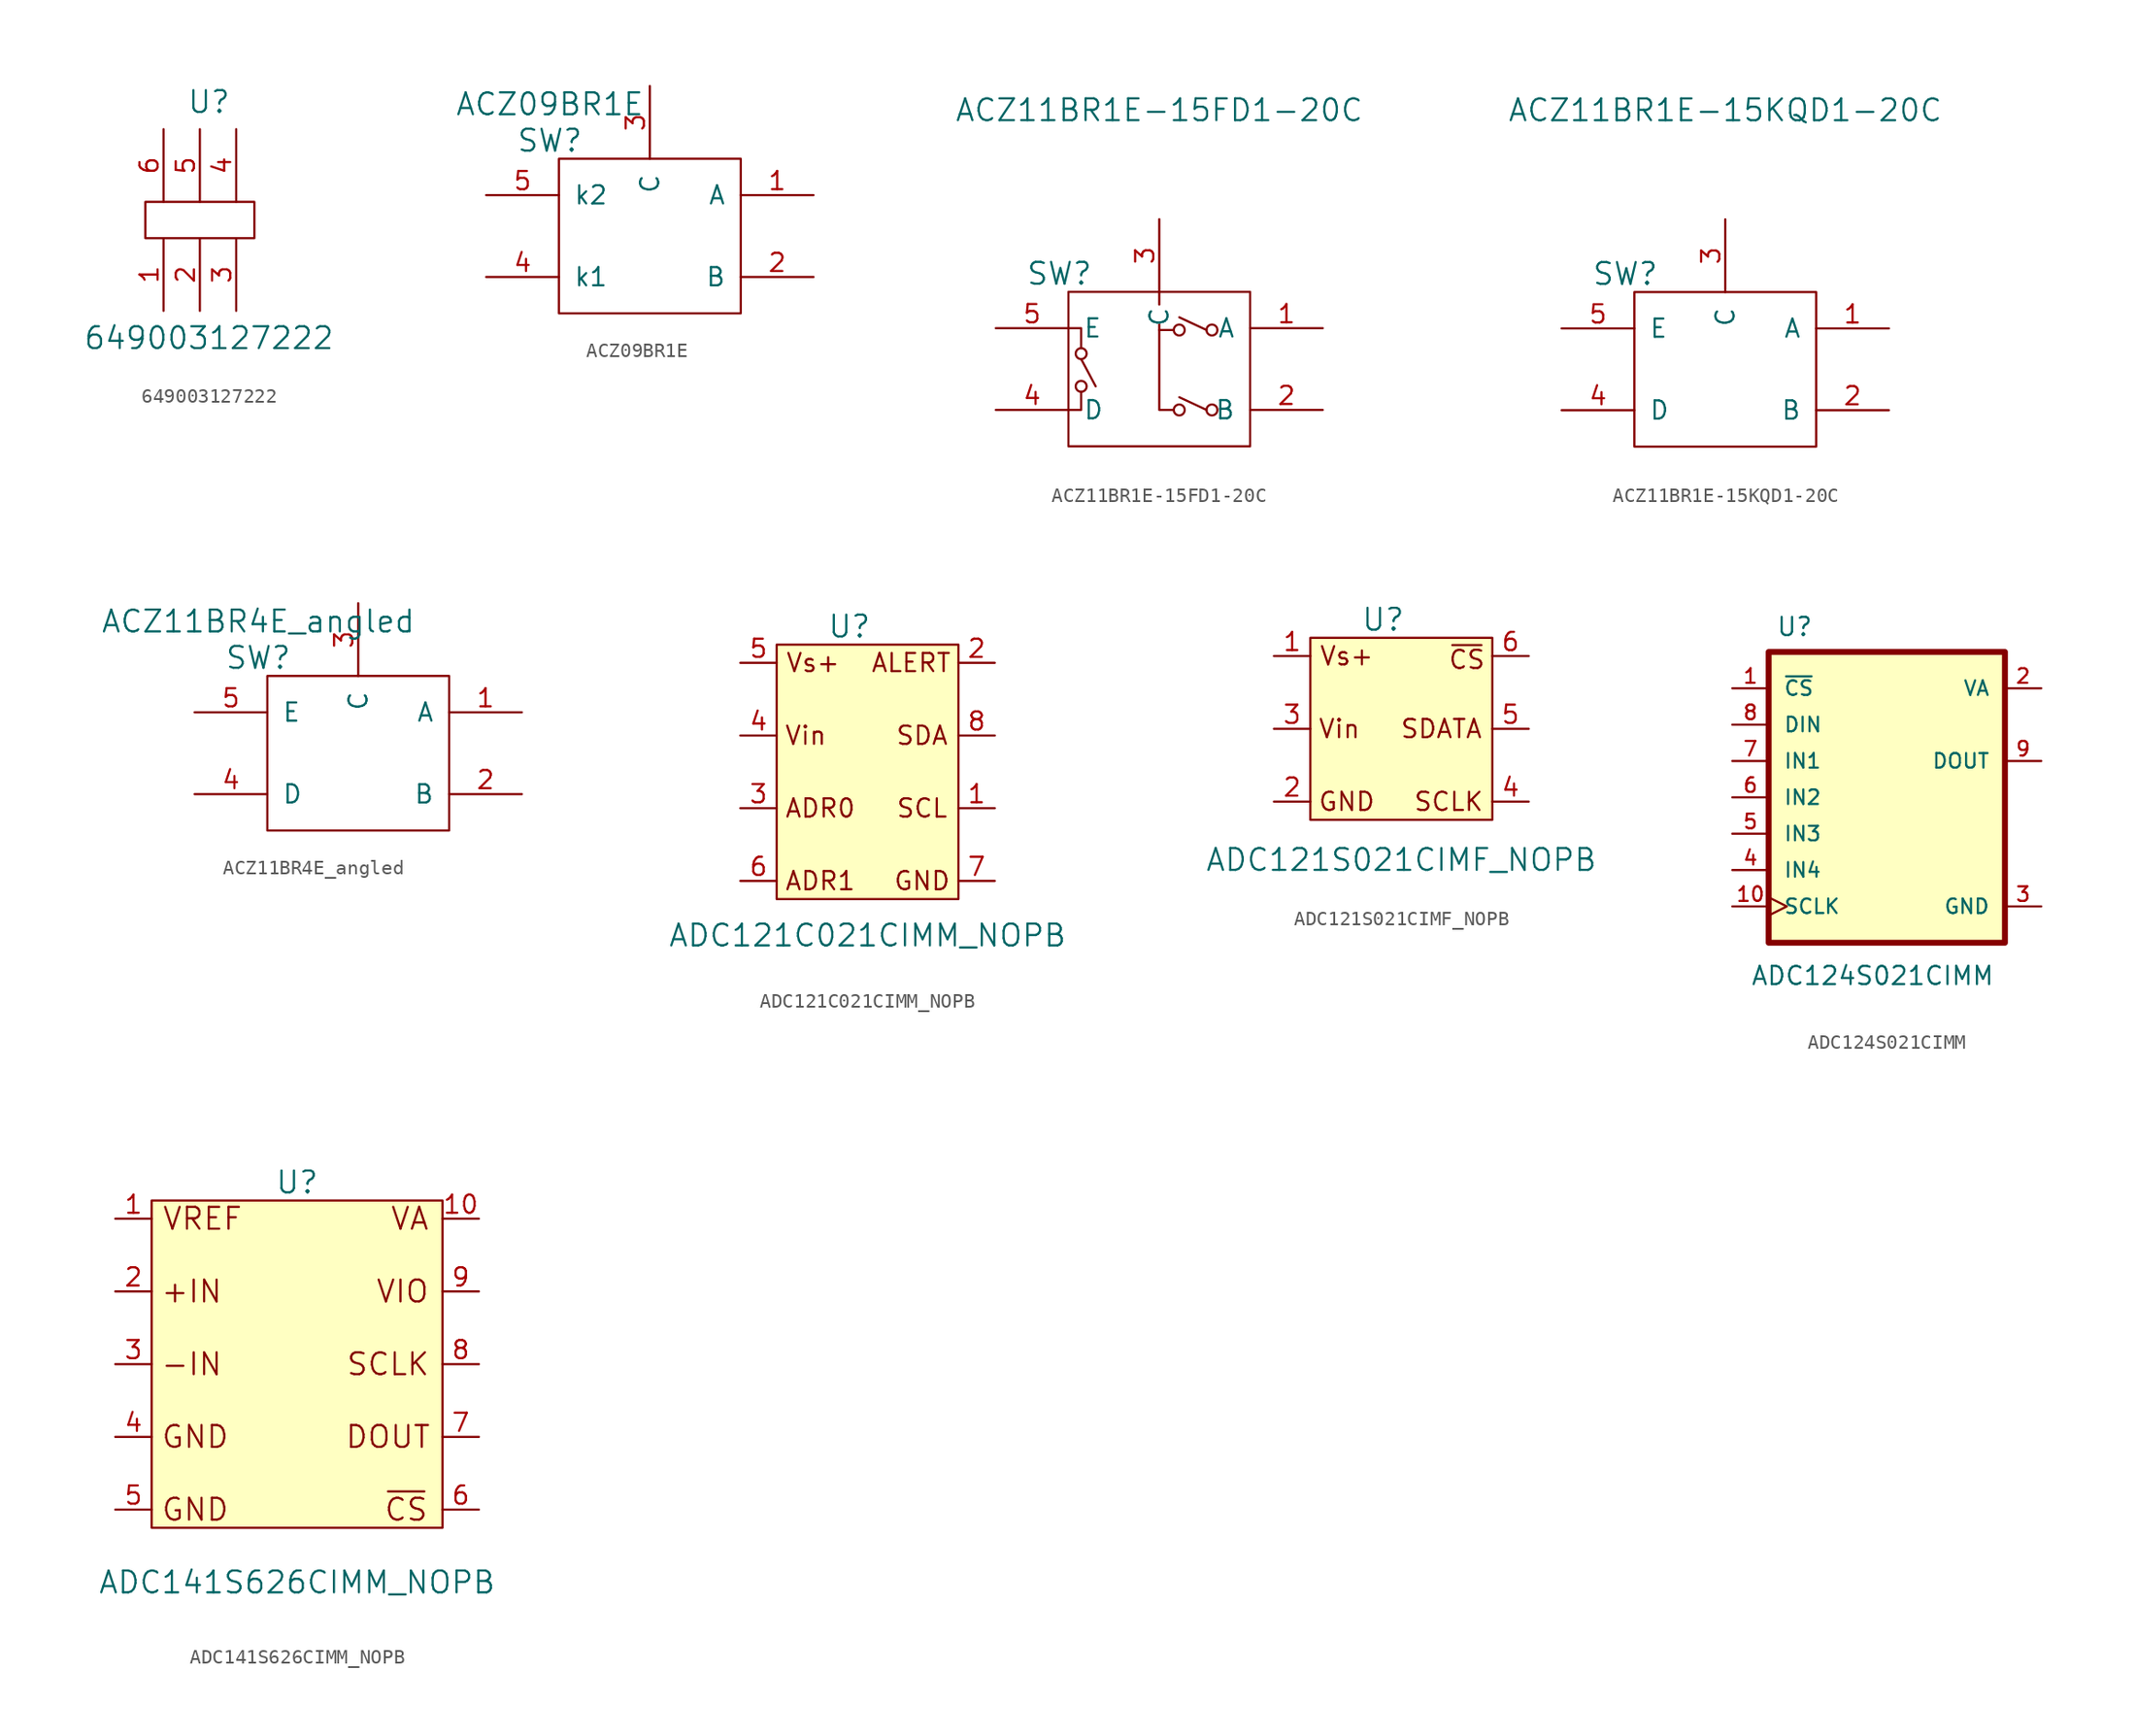
<source format=kicad_sym>
(kicad_symbol_lib
  (version 20231120)
  (generator "kicad_symbol_editor")
  (generator_version "8.0")
  (symbol "649003127222"
    (pin_names
      (offset 1.016))
    (property "Reference" "U"
      (at 0.635 8.255 0)
      (effects (font (size 1.524 1.524))))
    (property "Value" "649003127222"
      (at 0.635 -8.255 0)
      (effects (font (size 1.524 1.524))))
    (symbol "649003127222_0_1"
      (polyline (pts (xy 0 -1.27) (xy -3.81 -1.27) (xy -3.81 1.27) (xy 3.81 1.27) (xy 3.81 -1.27) (xy 0 -1.27)) (stroke (width 0) (type default)) (fill (type none))))
    (symbol "649003127222_1_1"
      (pin input line (at -2.54 -6.35 90) (length 5.08) (name "~" (effects (font (size 1.27 1.27)))) (number "1" (effects (font (size 1.27 1.27)))))
      (pin input line (at 0 -6.35 90) (length 5.08) (name "~" (effects (font (size 1.27 1.27)))) (number "2" (effects (font (size 1.27 1.27)))))
      (pin input line (at 2.54 -6.35 90) (length 5.08) (name "~" (effects (font (size 1.27 1.27)))) (number "3" (effects (font (size 1.27 1.27)))))
      (pin input line (at 2.54 6.35 270) (length 5.08) (name "~" (effects (font (size 1.27 1.27)))) (number "4" (effects (font (size 1.27 1.27)))))
      (pin input line (at 0 6.35 270) (length 5.08) (name "~" (effects (font (size 1.27 1.27)))) (number "5" (effects (font (size 1.27 1.27)))))
      (pin input line (at -2.54 6.35 270) (length 5.08) (name "~" (effects (font (size 1.27 1.27)))) (number "6" (effects (font (size 1.27 1.27)))))))
  (symbol "ACZ09BR1E"
    (pin_names
      (offset 1.016))
    (property "Reference" "SW"
      (at -6.985 0 0)
      (effects (font (size 1.524 1.524))))
    (property "Value" "ACZ09BR1E"
      (at -6.985 2.54 0)
      (effects (font (size 1.524 1.524))))
    (symbol "ACZ09BR1E_0_1"
      (polyline (pts (xy -6.35 -1.27) (xy 6.35 -1.27) (xy 6.35 -12.065) (xy -6.35 -12.065) (xy -6.35 -1.27)) (stroke (width 0) (type default)) (fill (type none))))
    (symbol "ACZ09BR1E_1_1"
      (pin input line (at 11.43 -3.81 180) (length 5.08) (name "A" (effects (font (size 1.27 1.27)))) (number "1" (effects (font (size 1.27 1.27)))))
      (pin input line (at 11.43 -9.525 180) (length 5.08) (name "B" (effects (font (size 1.27 1.27)))) (number "2" (effects (font (size 1.27 1.27)))))
      (pin input line (at 0 3.81 270) (length 5.08) (name "C" (effects (font (size 1.27 1.27)))) (number "3" (effects (font (size 1.27 1.27)))))
      (pin input line (at -11.43 -9.525 0) (length 5.08) (name "k1" (effects (font (size 1.27 1.27)))) (number "4" (effects (font (size 1.27 1.27)))))
      (pin input line (at -11.43 -3.81 0) (length 5.08) (name "k2" (effects (font (size 1.27 1.27)))) (number "5" (effects (font (size 1.27 1.27)))))))
  (symbol "ACZ11BR1E-15FD1-20C"
    (pin_names
      (offset 1.016))
    (property "Reference" "SW"
      (at -6.985 0 0)
      (effects (font (size 1.524 1.524))))
    (property "Value" "ACZ11BR1E-15FD1-20C"
      (at 0 11.43 0)
      (effects (font (size 1.524 1.524))))
    (symbol "ACZ11BR1E-15FD1-20C_0_1"
      (circle (center -5.461 -7.874) (radius 0.381) (stroke (width 0) (type default)) (fill (type none)))
      (circle (center -5.461 -5.588) (radius 0.381) (stroke (width 0) (type default)) (fill (type none)))
      (polyline (pts (xy -4.445 -7.874) (xy -5.461 -5.969)) (stroke (width 0) (type default)) (fill (type none)))
      (polyline (pts (xy 0 -3.937) (xy 0 -3.556)) (stroke (width 0) (type default)) (fill (type none)))
      (polyline (pts (xy 0 -1.27) (xy 0 -2.159)) (stroke (width 0) (type default)) (fill (type none)))
      (polyline (pts (xy 3.302 -9.525) (xy 1.397 -8.636)) (stroke (width 0) (type default)) (fill (type none)))
      (polyline (pts (xy 3.302 -3.937) (xy 1.397 -3.048)) (stroke (width 0) (type default)) (fill (type none)))
      (polyline (pts (xy -6.35 -9.525) (xy -5.461 -9.525) (xy -5.461 -8.255)) (stroke (width 0) (type default)) (fill (type none)))
      (polyline (pts (xy -6.35 -3.81) (xy -5.461 -3.81) (xy -5.461 -5.207)) (stroke (width 0) (type default)) (fill (type none)))
      (polyline (pts (xy 1.016 -3.937) (xy 0 -3.937) (xy 0 -9.525) (xy 1.016 -9.525)) (stroke (width 0) (type default)) (fill (type none)))
      (polyline (pts (xy -6.35 -1.27) (xy 6.35 -1.27) (xy 6.35 -12.065) (xy -6.35 -12.065) (xy -6.35 -1.27)) (stroke (width 0) (type default)) (fill (type none)))
      (circle (center 1.397 -9.525) (radius 0.381) (stroke (width 0) (type default)) (fill (type none)))
      (circle (center 1.397 -3.937) (radius 0.381) (stroke (width 0) (type default)) (fill (type none)))
      (circle (center 3.683 -9.525) (radius 0.381) (stroke (width 0) (type default)) (fill (type none)))
      (circle (center 3.683 -3.937) (radius 0.381) (stroke (width 0) (type default)) (fill (type none))))
    (symbol "ACZ11BR1E-15FD1-20C_1_1"
      (pin input line (at 11.43 -3.81 180) (length 5.08) (name "A" (effects (font (size 1.27 1.27)))) (number "1" (effects (font (size 1.27 1.27)))))
      (pin input line (at 11.43 -9.525 180) (length 5.08) (name "B" (effects (font (size 1.27 1.27)))) (number "2" (effects (font (size 1.27 1.27)))))
      (pin input line (at 0 3.81 270) (length 5.08) (name "C" (effects (font (size 1.27 1.27)))) (number "3" (effects (font (size 1.27 1.27)))))
      (pin input line (at -11.43 -9.525 0) (length 5.08) (name "D" (effects (font (size 1.27 1.27)))) (number "4" (effects (font (size 1.27 1.27)))))
      (pin input line (at -11.43 -3.81 0) (length 5.08) (name "E" (effects (font (size 1.27 1.27)))) (number "5" (effects (font (size 1.27 1.27)))))))
  (symbol "ACZ11BR1E-15KQD1-20C"
    (pin_names
      (offset 1.016))
    (property "Reference" "SW"
      (at -6.985 0 0)
      (effects (font (size 1.524 1.524))))
    (property "Value" "ACZ11BR1E-15KQD1-20C"
      (at 0 11.43 0)
      (effects (font (size 1.524 1.524))))
    (symbol "ACZ11BR1E-15KQD1-20C_0_1"
      (polyline (pts (xy -6.35 -1.27) (xy 6.35 -1.27) (xy 6.35 -12.065) (xy -6.35 -12.065) (xy -6.35 -1.27)) (stroke (width 0) (type default)) (fill (type none))))
    (symbol "ACZ11BR1E-15KQD1-20C_1_1"
      (pin input line (at 11.43 -3.81 180) (length 5.08) (name "A" (effects (font (size 1.27 1.27)))) (number "1" (effects (font (size 1.27 1.27)))))
      (pin input line (at 11.43 -9.525 180) (length 5.08) (name "B" (effects (font (size 1.27 1.27)))) (number "2" (effects (font (size 1.27 1.27)))))
      (pin input line (at 0 3.81 270) (length 5.08) (name "C" (effects (font (size 1.27 1.27)))) (number "3" (effects (font (size 1.27 1.27)))))
      (pin input line (at -11.43 -9.525 0) (length 5.08) (name "D" (effects (font (size 1.27 1.27)))) (number "4" (effects (font (size 1.27 1.27)))))
      (pin input line (at -11.43 -3.81 0) (length 5.08) (name "E" (effects (font (size 1.27 1.27)))) (number "5" (effects (font (size 1.27 1.27)))))))
  (symbol "ACZ11BR4E_angled"
    (pin_names
      (offset 1.016))
    (property "Reference" "SW"
      (at -6.985 0 0)
      (effects (font (size 1.524 1.524))))
    (property "Value" "ACZ11BR4E_angled"
      (at -6.985 2.54 0)
      (effects (font (size 1.524 1.524))))
    (symbol "ACZ11BR4E_angled_0_1"
      (polyline (pts (xy -6.35 -1.27) (xy 6.35 -1.27) (xy 6.35 -12.065) (xy -6.35 -12.065) (xy -6.35 -1.27)) (stroke (width 0) (type default)) (fill (type none))))
    (symbol "ACZ11BR4E_angled_1_1"
      (pin input line (at 11.43 -3.81 180) (length 5.08) (name "A" (effects (font (size 1.27 1.27)))) (number "1" (effects (font (size 1.27 1.27)))))
      (pin input line (at 11.43 -9.525 180) (length 5.08) (name "B" (effects (font (size 1.27 1.27)))) (number "2" (effects (font (size 1.27 1.27)))))
      (pin input line (at 0 3.81 270) (length 5.08) (name "C" (effects (font (size 1.27 1.27)))) (number "3" (effects (font (size 1.27 1.27)))))
      (pin input line (at -11.43 -9.525 0) (length 5.08) (name "D" (effects (font (size 1.27 1.27)))) (number "4" (effects (font (size 1.27 1.27)))))
      (pin input line (at -11.43 -3.81 0) (length 5.08) (name "E" (effects (font (size 1.27 1.27)))) (number "5" (effects (font (size 1.27 1.27)))))))
  (symbol "ADC121C021CIMM_NOPB"
    (pin_names
      (offset 0) hide)
    (property "Reference" "U"
      (at 0 10.16 0)
      (effects (font (size 1.524 1.524))))
    (property "Value" "ADC121C021CIMM_NOPB"
      (at 1.27 -11.43 0)
      (effects (font (size 1.524 1.524))))
    (symbol "ADC121C021CIMM_NOPB_0_0"
      (polyline (pts (xy -5.08 8.89) (xy 7.62 8.89) (xy 7.62 -8.89) (xy -5.08 -8.89) (xy -5.08 8.89)) (stroke (width 0) (type default)) (fill (type background)))
      (text "ADR0" (at -2.032 -2.54 0) (effects (font (size 1.27 1.27))))
      (text "ADR1" (at -2.032 -7.62 0) (effects (font (size 1.27 1.27))))
      (text "ALERT" (at 4.318 7.62 0) (effects (font (size 1.27 1.27))))
      (text "GND" (at 5.08 -7.62 0) (effects (font (size 1.27 1.27))))
      (text "SCL" (at 5.08 -2.54 0) (effects (font (size 1.27 1.27))))
      (text "SDA" (at 5.08 2.54 0) (effects (font (size 1.27 1.27))))
      (text "Vin" (at -3.048 2.54 0) (effects (font (size 1.27 1.27))))
      (text "Vs+" (at -2.54 7.62 0) (effects (font (size 1.27 1.27)))))
    (symbol "ADC121C021CIMM_NOPB_1_1"
      (pin input line (at 10.16 -2.54 180) (length 2.54) (name "SCL" (effects (font (size 1.27 1.27)))) (number "1" (effects (font (size 1.27 1.27)))))
      (pin input line (at 10.16 7.62 180) (length 2.54) (name "ALERT" (effects (font (size 1.27 1.27)))) (number "2" (effects (font (size 1.27 1.27)))))
      (pin input line (at -7.62 -2.54 0) (length 2.54) (name "ADR0" (effects (font (size 1.27 1.27)))) (number "3" (effects (font (size 1.27 1.27)))))
      (pin input line (at -7.62 2.54 0) (length 2.54) (name "Vin" (effects (font (size 1.27 1.27)))) (number "4" (effects (font (size 1.27 1.27)))))
      (pin input line (at -7.62 7.62 0) (length 2.54) (name "Vs+" (effects (font (size 1.27 1.27)))) (number "5" (effects (font (size 1.27 1.27)))))
      (pin input line (at -7.62 -7.62 0) (length 2.54) (name "ADR1" (effects (font (size 1.27 1.27)))) (number "6" (effects (font (size 1.27 1.27)))))
      (pin input line (at 10.16 -7.62 180) (length 2.54) (name "GND" (effects (font (size 1.27 1.27)))) (number "7" (effects (font (size 1.27 1.27)))))
      (pin input line (at 10.16 2.54 180) (length 2.54) (name "SDA" (effects (font (size 1.27 1.27)))) (number "8" (effects (font (size 1.27 1.27)))))))
  (symbol "ADC121S021CIMF_NOPB"
    (pin_names
      (offset 0) hide)
    (property "Reference" "U"
      (at 0 7.62 0)
      (effects (font (size 1.524 1.524))))
    (property "Value" "ADC121S021CIMF_NOPB"
      (at 1.27 -9.144 0)
      (effects (font (size 1.524 1.524))))
    (symbol "ADC121S021CIMF_NOPB_0_0"
      (polyline (pts (xy -5.08 6.35) (xy 7.62 6.35) (xy 7.62 -6.35) (xy -5.08 -6.35) (xy -5.08 6.35)) (stroke (width 0) (type default)) (fill (type background)))
      (text "CS" (at 5.842 4.826 0) (effects (font (size 1.27 1.27))))
      (text "GND" (at -2.54 -5.08 0) (effects (font (size 1.27 1.27))))
      (text "SCLK" (at 4.572 -5.08 0) (effects (font (size 1.27 1.27))))
      (text "SDATA" (at 4.064 0 0) (effects (font (size 1.27 1.27))))
      (text "Vin" (at -3.048 0 0) (effects (font (size 1.27 1.27))))
      (text "Vs+" (at -2.54 5.08 0) (effects (font (size 1.27 1.27)))))
    (symbol "ADC121S021CIMF_NOPB_0_1"
      (polyline (pts (xy 4.826 5.842) (xy 6.858 5.842)) (stroke (width 0) (type default)) (fill (type none))))
    (symbol "ADC121S021CIMF_NOPB_1_1"
      (pin input line (at -7.62 5.08 0) (length 2.54) (name "Vs+" (effects (font (size 1.27 1.27)))) (number "1" (effects (font (size 1.27 1.27)))))
      (pin input line (at -7.62 -5.08 0) (length 2.54) (name "GND" (effects (font (size 1.27 1.27)))) (number "2" (effects (font (size 1.27 1.27)))))
      (pin input line (at -7.62 0 0) (length 2.54) (name "Vin" (effects (font (size 1.27 1.27)))) (number "3" (effects (font (size 1.27 1.27)))))
      (pin input line (at 10.16 -5.08 180) (length 2.54) (name "SCLK" (effects (font (size 1.27 1.27)))) (number "4" (effects (font (size 1.27 1.27)))))
      (pin output line (at 10.16 0 180) (length 2.54) (name "SDATA" (effects (font (size 1.27 1.27)))) (number "5" (effects (font (size 1.27 1.27)))))
      (pin input line (at 10.16 5.08 180) (length 2.54) (name "CS" (effects (font (size 1.27 1.27)))) (number "6" (effects (font (size 1.27 1.27)))))))
  (symbol "ADC124S021CIMM"
    (pin_names
      (offset 1.016))
    (property "Reference" "U"
      (at -8.382 11.176 0)
      (effects (font (size 1.27 1.27)) (justify left bottom)))
    (property "Value" "ADC124S021CIMM"
      (at -10.16 -13.208 0)
      (effects (font (size 1.27 1.27)) (justify left bottom)))
    (symbol "ADC124S021CIMM_0_0"
      (rectangle (start -8.89 10.16) (end 7.62 -10.16) (stroke (width 0.41) (type default)) (fill (type background))))
    (symbol "ADC124S021CIMM_1_0"
      (pin input line (at -11.43 7.62 0) (length 2.54) (name "~{CS}" (effects (font (size 1.016 1.016)))) (number "1" (effects (font (size 1.016 1.016)))))
      (pin input clock (at -11.43 -7.62 0) (length 2.54) (name "SCLK" (effects (font (size 1.016 1.016)))) (number "10" (effects (font (size 1.016 1.016)))))
      (pin power_in line (at 10.16 7.62 180) (length 2.54) (name "VA" (effects (font (size 1.016 1.016)))) (number "2" (effects (font (size 1.016 1.016)))))
      (pin power_in line (at 10.16 -7.62 180) (length 2.54) (name "GND" (effects (font (size 1.016 1.016)))) (number "3" (effects (font (size 1.016 1.016)))))
      (pin input line (at -11.43 -5.08 0) (length 2.54) (name "IN4" (effects (font (size 1.016 1.016)))) (number "4" (effects (font (size 1.016 1.016)))))
      (pin input line (at -11.43 -2.54 0) (length 2.54) (name "IN3" (effects (font (size 1.016 1.016)))) (number "5" (effects (font (size 1.016 1.016)))))
      (pin input line (at -11.43 0 0) (length 2.54) (name "IN2" (effects (font (size 1.016 1.016)))) (number "6" (effects (font (size 1.016 1.016)))))
      (pin input line (at -11.43 2.54 0) (length 2.54) (name "IN1" (effects (font (size 1.016 1.016)))) (number "7" (effects (font (size 1.016 1.016)))))
      (pin input line (at -11.43 5.08 0) (length 2.54) (name "DIN" (effects (font (size 1.016 1.016)))) (number "8" (effects (font (size 1.016 1.016)))))
      (pin output line (at 10.16 2.54 180) (length 2.54) (name "DOUT" (effects (font (size 1.016 1.016)))) (number "9" (effects (font (size 1.016 1.016)))))))
  (symbol "ADC141S626CIMM_NOPB"
    (pin_names
      (offset 0) hide)
    (property "Reference" "U"
      (at 0 12.7 0)
      (effects (font (size 1.524 1.524))))
    (property "Value" "ADC141S626CIMM_NOPB"
      (at 0 -15.24 0)
      (effects (font (size 1.524 1.524))))
    (symbol "ADC141S626CIMM_NOPB_0_0"
      (rectangle (start -10.16 11.43) (end 10.16 -11.43) (stroke (width 0) (type default)) (fill (type background)))
      (text "+IN" (at -7.366 5.08 0) (effects (font (size 1.524 1.524))))
      (text "-IN" (at -7.366 0 0) (effects (font (size 1.524 1.524))))
      (text "CS" (at 7.62 -10.16 0) (effects (font (size 1.524 1.524))))
      (text "DOUT" (at 6.35 -5.08 0) (effects (font (size 1.524 1.524))))
      (text "GND" (at -7.112 -10.16 0) (effects (font (size 1.524 1.524))))
      (text "GND" (at -7.112 -5.08 0) (effects (font (size 1.524 1.524))))
      (text "SCLK" (at 6.35 0 0) (effects (font (size 1.524 1.524))))
      (text "VA" (at 7.874 10.16 0) (effects (font (size 1.524 1.524))))
      (text "VIO" (at 7.366 5.08 0) (effects (font (size 1.524 1.524))))
      (text "VREF" (at -6.604 10.16 0) (effects (font (size 1.524 1.524)))))
    (symbol "ADC141S626CIMM_NOPB_0_1"
      (polyline (pts (xy 6.35 -8.89) (xy 8.89 -8.89)) (stroke (width 0) (type default)) (fill (type none))))
    (symbol "ADC141S626CIMM_NOPB_1_1"
      (pin input line (at -12.7 10.16 0) (length 2.54) (name "VREF" (effects (font (size 1.27 1.27)))) (number "1" (effects (font (size 1.27 1.27)))))
      (pin input line (at 12.7 10.16 180) (length 2.54) (name "VA" (effects (font (size 1.27 1.27)))) (number "10" (effects (font (size 1.27 1.27)))))
      (pin input line (at -12.7 5.08 0) (length 2.54) (name "INP" (effects (font (size 1.27 1.27)))) (number "2" (effects (font (size 1.27 1.27)))))
      (pin input line (at -12.7 0 0) (length 2.54) (name "INN" (effects (font (size 1.27 1.27)))) (number "3" (effects (font (size 1.27 1.27)))))
      (pin input line (at -12.7 -5.08 0) (length 2.54) (name "GND" (effects (font (size 1.27 1.27)))) (number "4" (effects (font (size 1.27 1.27)))))
      (pin input line (at -12.7 -10.16 0) (length 2.54) (name "GND" (effects (font (size 1.27 1.27)))) (number "5" (effects (font (size 1.27 1.27)))))
      (pin input line (at 12.7 -10.16 180) (length 2.54) (name "CS" (effects (font (size 1.27 1.27)))) (number "6" (effects (font (size 1.27 1.27)))))
      (pin input line (at 12.7 -5.08 180) (length 2.54) (name "DOUT" (effects (font (size 1.27 1.27)))) (number "7" (effects (font (size 1.27 1.27)))))
      (pin input line (at 12.7 0 180) (length 2.54) (name "SCLK" (effects (font (size 1.27 1.27)))) (number "8" (effects (font (size 1.27 1.27)))))
      (pin input line (at 12.7 5.08 180) (length 2.54) (name "VIO" (effects (font (size 1.27 1.27)))) (number "9" (effects (font (size 1.27 1.27))))))))
</source>
